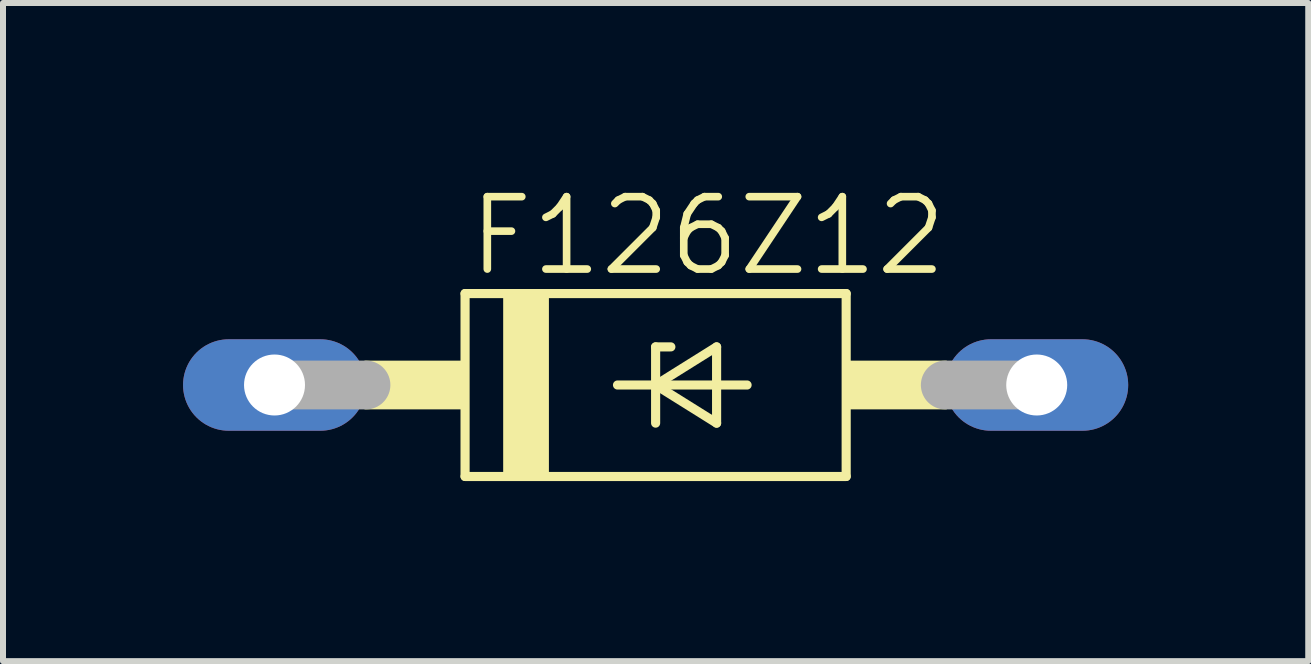
<source format=kicad_pcb>
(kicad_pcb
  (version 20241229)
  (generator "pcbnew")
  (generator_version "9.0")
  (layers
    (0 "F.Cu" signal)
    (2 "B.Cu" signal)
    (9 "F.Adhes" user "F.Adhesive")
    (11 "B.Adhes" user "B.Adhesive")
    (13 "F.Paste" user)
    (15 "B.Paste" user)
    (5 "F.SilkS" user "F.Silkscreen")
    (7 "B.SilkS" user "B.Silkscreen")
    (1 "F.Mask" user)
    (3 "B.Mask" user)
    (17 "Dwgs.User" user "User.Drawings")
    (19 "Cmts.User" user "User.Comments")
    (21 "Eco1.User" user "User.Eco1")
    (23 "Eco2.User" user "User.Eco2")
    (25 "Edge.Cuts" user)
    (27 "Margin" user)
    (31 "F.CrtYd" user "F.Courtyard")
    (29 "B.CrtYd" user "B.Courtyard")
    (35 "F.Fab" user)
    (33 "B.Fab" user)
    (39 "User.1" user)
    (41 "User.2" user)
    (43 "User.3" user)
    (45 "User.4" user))
  (footprint "F126Z12"
    (layer "F.Cu")
    (at 7.874 3.365)
    (property "Reference" "F126Z12" (at -3.175 -1.778 0) (layer "F.SilkS") (effects (font (size 1.206 1.206) (thickness 0.127)) (justify left bottom)))
    (attr through_hole)
    (fp_line (start -3.175 -1.524) (end -3.175 1.524) (stroke (width 0.152) (type solid)) (layer "F.SilkS"))
    (fp_line (start -3.175 1.524) (end 3.175 1.524) (stroke (width 0.152) (type solid)) (layer "F.SilkS"))
    (fp_line (start -0.635 0) (end 0 0) (stroke (width 0.152) (type solid)) (layer "F.SilkS"))
    (fp_line (start 0 -0.635) (end 0 0) (stroke (width 0.152) (type solid)) (layer "F.SilkS"))
    (fp_line (start 0 0) (end 0 0.635) (stroke (width 0.152) (type solid)) (layer "F.SilkS"))
    (fp_line (start 0 0) (end 1.016 -0.635) (stroke (width 0.152) (type solid)) (layer "F.SilkS"))
    (fp_line (start 0 0) (end 1.524 0) (stroke (width 0.152) (type solid)) (layer "F.SilkS"))
    (fp_line (start 0.254 -0.635) (end 0 -0.635) (stroke (width 0.152) (type solid)) (layer "F.SilkS"))
    (fp_line (start 1.016 -0.635) (end 1.016 0.635) (stroke (width 0.152) (type solid)) (layer "F.SilkS"))
    (fp_line (start 1.016 0.635) (end 0 0) (stroke (width 0.152) (type solid)) (layer "F.SilkS"))
    (fp_line (start 3.175 -1.524) (end -3.175 -1.524) (stroke (width 0.152) (type solid)) (layer "F.SilkS"))
    (fp_line (start 3.175 1.524) (end 3.175 -1.524) (stroke (width 0.152) (type solid)) (layer "F.SilkS"))
    (fp_poly (pts (xy -4.851 0.406) (xy -3.175 0.406) (xy -3.175 -0.406) (xy -4.851 -0.406)) (stroke (width 0) (type solid)) (fill yes) (layer "F.SilkS"))
    (fp_poly (pts (xy -2.54 1.524) (xy -1.778 1.524) (xy -1.778 -1.524) (xy -2.54 -1.524)) (stroke (width 0) (type solid)) (fill yes) (layer "F.SilkS"))
    (fp_poly (pts (xy 3.175 0.406) (xy 4.851 0.406) (xy 4.851 -0.406) (xy 3.175 -0.406)) (stroke (width 0) (type solid)) (fill yes) (layer "F.SilkS"))
    (fp_line (start -6.35 0) (end -4.826 0) (stroke (width 0.813) (type solid)) (layer "F.Fab"))
    (fp_line (start 6.35 0) (end 4.826 0) (stroke (width 0.813) (type solid)) (layer "F.Fab"))
    (pad "A" thru_hole oval (at 6.35 0) (size 3.048 1.524) (drill 1.016) (layers "*.Cu" "*.Mask"))
    (pad "C" thru_hole oval (at -6.35 0) (size 3.048 1.524) (drill 1.016) (layers "*.Cu" "*.Mask")))
  (gr_rect
    (start -3 -3)
    (end 18.748 7.966)
    (stroke (width 0.1) (type default))
    (fill no)
    (layer "Edge.Cuts")))
</source>
